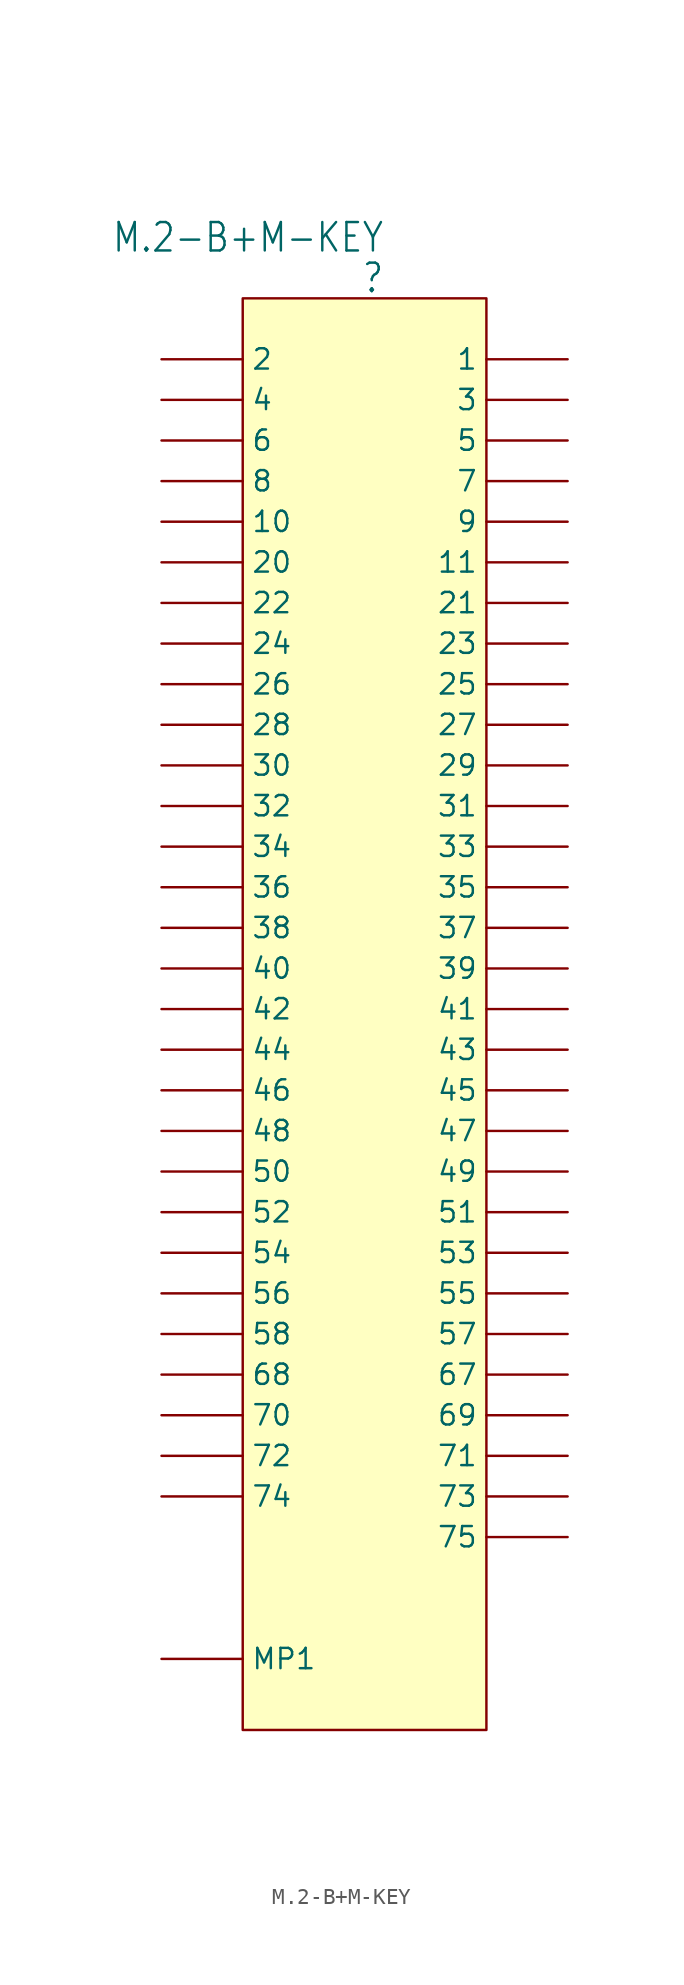
<source format=kicad_sym>
(kicad_symbol_lib
  (version 20220914)
  (generator kicad_symbol_editor)
  (symbol "M.2-B+M-KEY"
    (property "Reference" ""
      (at 8.89 91.44 0)
      (effects (font (size 1.778 1.511)) (justify right)))
    (property "Value" "M.2-B+M-KEY"
      (at 8.89 93.98 0)
      (effects (font (size 1.778 1.511)) (justify right)))
    (property "ki_locked" ""
      (at 0 0 0)
      (effects (font (size 1.27 1.27))))
    (symbol "M.2-B+M-KEY_1_0"
      (rectangle (start 0 90.17) (end 15.24 0.635) (stroke (width 0) (type default)) (fill (type background)))
      (pin bidirectional line (at -5.08 5.08 0) (length 5.08) (name "MP1" (effects (font (size 1.27 1.27)))) (number "MOUNTING-HOLE" (effects (font (size 0 0)))))
      (pin bidirectional line (at 20.32 86.36 180) (length 5.08) (name "1" (effects (font (size 1.27 1.27)))) (number "P$1" (effects (font (size 0 0)))))
      (pin bidirectional line (at -5.08 76.2 0) (length 5.08) (name "10" (effects (font (size 1.27 1.27)))) (number "P$10" (effects (font (size 0 0)))))
      (pin bidirectional line (at 20.32 73.66 180) (length 5.08) (name "11" (effects (font (size 1.27 1.27)))) (number "P$11" (effects (font (size 0 0)))))
      (pin bidirectional line (at -5.08 86.36 0) (length 5.08) (name "2" (effects (font (size 1.27 1.27)))) (number "P$2" (effects (font (size 0 0)))))
      (pin bidirectional line (at -5.08 73.66 0) (length 5.08) (name "20" (effects (font (size 1.27 1.27)))) (number "P$20" (effects (font (size 0 0)))))
      (pin bidirectional line (at 20.32 71.12 180) (length 5.08) (name "21" (effects (font (size 1.27 1.27)))) (number "P$21" (effects (font (size 0 0)))))
      (pin bidirectional line (at -5.08 71.12 0) (length 5.08) (name "22" (effects (font (size 1.27 1.27)))) (number "P$22" (effects (font (size 0 0)))))
      (pin bidirectional line (at 20.32 68.58 180) (length 5.08) (name "23" (effects (font (size 1.27 1.27)))) (number "P$23" (effects (font (size 0 0)))))
      (pin bidirectional line (at -5.08 68.58 0) (length 5.08) (name "24" (effects (font (size 1.27 1.27)))) (number "P$24" (effects (font (size 0 0)))))
      (pin bidirectional line (at 20.32 66.04 180) (length 5.08) (name "25" (effects (font (size 1.27 1.27)))) (number "P$25" (effects (font (size 0 0)))))
      (pin bidirectional line (at -5.08 66.04 0) (length 5.08) (name "26" (effects (font (size 1.27 1.27)))) (number "P$26" (effects (font (size 0 0)))))
      (pin bidirectional line (at 20.32 63.5 180) (length 5.08) (name "27" (effects (font (size 1.27 1.27)))) (number "P$27" (effects (font (size 0 0)))))
      (pin bidirectional line (at -5.08 63.5 0) (length 5.08) (name "28" (effects (font (size 1.27 1.27)))) (number "P$28" (effects (font (size 0 0)))))
      (pin bidirectional line (at 20.32 60.96 180) (length 5.08) (name "29" (effects (font (size 1.27 1.27)))) (number "P$29" (effects (font (size 0 0)))))
      (pin bidirectional line (at 20.32 83.82 180) (length 5.08) (name "3" (effects (font (size 1.27 1.27)))) (number "P$3" (effects (font (size 0 0)))))
      (pin bidirectional line (at -5.08 60.96 0) (length 5.08) (name "30" (effects (font (size 1.27 1.27)))) (number "P$30" (effects (font (size 0 0)))))
      (pin bidirectional line (at 20.32 58.42 180) (length 5.08) (name "31" (effects (font (size 1.27 1.27)))) (number "P$31" (effects (font (size 0 0)))))
      (pin bidirectional line (at -5.08 58.42 0) (length 5.08) (name "32" (effects (font (size 1.27 1.27)))) (number "P$32" (effects (font (size 0 0)))))
      (pin bidirectional line (at 20.32 55.88 180) (length 5.08) (name "33" (effects (font (size 1.27 1.27)))) (number "P$33" (effects (font (size 0 0)))))
      (pin bidirectional line (at -5.08 55.88 0) (length 5.08) (name "34" (effects (font (size 1.27 1.27)))) (number "P$34" (effects (font (size 0 0)))))
      (pin bidirectional line (at 20.32 53.34 180) (length 5.08) (name "35" (effects (font (size 1.27 1.27)))) (number "P$35" (effects (font (size 0 0)))))
      (pin bidirectional line (at -5.08 53.34 0) (length 5.08) (name "36" (effects (font (size 1.27 1.27)))) (number "P$36" (effects (font (size 0 0)))))
      (pin bidirectional line (at 20.32 50.8 180) (length 5.08) (name "37" (effects (font (size 1.27 1.27)))) (number "P$37" (effects (font (size 0 0)))))
      (pin bidirectional line (at -5.08 50.8 0) (length 5.08) (name "38" (effects (font (size 1.27 1.27)))) (number "P$38" (effects (font (size 0 0)))))
      (pin bidirectional line (at 20.32 48.26 180) (length 5.08) (name "39" (effects (font (size 1.27 1.27)))) (number "P$39" (effects (font (size 0 0)))))
      (pin bidirectional line (at -5.08 83.82 0) (length 5.08) (name "4" (effects (font (size 1.27 1.27)))) (number "P$4" (effects (font (size 0 0)))))
      (pin bidirectional line (at -5.08 48.26 0) (length 5.08) (name "40" (effects (font (size 1.27 1.27)))) (number "P$40" (effects (font (size 0 0)))))
      (pin bidirectional line (at 20.32 45.72 180) (length 5.08) (name "41" (effects (font (size 1.27 1.27)))) (number "P$41" (effects (font (size 0 0)))))
      (pin bidirectional line (at -5.08 45.72 0) (length 5.08) (name "42" (effects (font (size 1.27 1.27)))) (number "P$42" (effects (font (size 0 0)))))
      (pin bidirectional line (at 20.32 43.18 180) (length 5.08) (name "43" (effects (font (size 1.27 1.27)))) (number "P$43" (effects (font (size 0 0)))))
      (pin bidirectional line (at -5.08 43.18 0) (length 5.08) (name "44" (effects (font (size 1.27 1.27)))) (number "P$44" (effects (font (size 0 0)))))
      (pin bidirectional line (at 20.32 40.64 180) (length 5.08) (name "45" (effects (font (size 1.27 1.27)))) (number "P$45" (effects (font (size 0 0)))))
      (pin bidirectional line (at -5.08 40.64 0) (length 5.08) (name "46" (effects (font (size 1.27 1.27)))) (number "P$46" (effects (font (size 0 0)))))
      (pin bidirectional line (at 20.32 38.1 180) (length 5.08) (name "47" (effects (font (size 1.27 1.27)))) (number "P$47" (effects (font (size 0 0)))))
      (pin bidirectional line (at -5.08 38.1 0) (length 5.08) (name "48" (effects (font (size 1.27 1.27)))) (number "P$48" (effects (font (size 0 0)))))
      (pin bidirectional line (at 20.32 35.56 180) (length 5.08) (name "49" (effects (font (size 1.27 1.27)))) (number "P$49" (effects (font (size 0 0)))))
      (pin bidirectional line (at 20.32 81.28 180) (length 5.08) (name "5" (effects (font (size 1.27 1.27)))) (number "P$5" (effects (font (size 0 0)))))
      (pin bidirectional line (at -5.08 35.56 0) (length 5.08) (name "50" (effects (font (size 1.27 1.27)))) (number "P$50" (effects (font (size 0 0)))))
      (pin bidirectional line (at 20.32 33.02 180) (length 5.08) (name "51" (effects (font (size 1.27 1.27)))) (number "P$51" (effects (font (size 0 0)))))
      (pin bidirectional line (at -5.08 33.02 0) (length 5.08) (name "52" (effects (font (size 1.27 1.27)))) (number "P$52" (effects (font (size 0 0)))))
      (pin bidirectional line (at 20.32 30.48 180) (length 5.08) (name "53" (effects (font (size 1.27 1.27)))) (number "P$53" (effects (font (size 0 0)))))
      (pin bidirectional line (at -5.08 30.48 0) (length 5.08) (name "54" (effects (font (size 1.27 1.27)))) (number "P$54" (effects (font (size 0 0)))))
      (pin bidirectional line (at 20.32 27.94 180) (length 5.08) (name "55" (effects (font (size 1.27 1.27)))) (number "P$55" (effects (font (size 0 0)))))
      (pin bidirectional line (at -5.08 27.94 0) (length 5.08) (name "56" (effects (font (size 1.27 1.27)))) (number "P$56" (effects (font (size 0 0)))))
      (pin bidirectional line (at 20.32 25.4 180) (length 5.08) (name "57" (effects (font (size 1.27 1.27)))) (number "P$57" (effects (font (size 0 0)))))
      (pin bidirectional line (at -5.08 25.4 0) (length 5.08) (name "58" (effects (font (size 1.27 1.27)))) (number "P$58" (effects (font (size 0 0)))))
      (pin bidirectional line (at -5.08 81.28 0) (length 5.08) (name "6" (effects (font (size 1.27 1.27)))) (number "P$6" (effects (font (size 0 0)))))
      (pin bidirectional line (at 20.32 22.86 180) (length 5.08) (name "67" (effects (font (size 1.27 1.27)))) (number "P$67" (effects (font (size 0 0)))))
      (pin bidirectional line (at -5.08 22.86 0) (length 5.08) (name "68" (effects (font (size 1.27 1.27)))) (number "P$68" (effects (font (size 0 0)))))
      (pin bidirectional line (at 20.32 20.32 180) (length 5.08) (name "69" (effects (font (size 1.27 1.27)))) (number "P$69" (effects (font (size 0 0)))))
      (pin bidirectional line (at 20.32 78.74 180) (length 5.08) (name "7" (effects (font (size 1.27 1.27)))) (number "P$7" (effects (font (size 0 0)))))
      (pin bidirectional line (at -5.08 20.32 0) (length 5.08) (name "70" (effects (font (size 1.27 1.27)))) (number "P$70" (effects (font (size 0 0)))))
      (pin bidirectional line (at 20.32 17.78 180) (length 5.08) (name "71" (effects (font (size 1.27 1.27)))) (number "P$71" (effects (font (size 0 0)))))
      (pin bidirectional line (at -5.08 17.78 0) (length 5.08) (name "72" (effects (font (size 1.27 1.27)))) (number "P$72" (effects (font (size 0 0)))))
      (pin bidirectional line (at 20.32 15.24 180) (length 5.08) (name "73" (effects (font (size 1.27 1.27)))) (number "P$73" (effects (font (size 0 0)))))
      (pin bidirectional line (at -5.08 15.24 0) (length 5.08) (name "74" (effects (font (size 1.27 1.27)))) (number "P$74" (effects (font (size 0 0)))))
      (pin bidirectional line (at 20.32 12.7 180) (length 5.08) (name "75" (effects (font (size 1.27 1.27)))) (number "P$75" (effects (font (size 0 0)))))
      (pin bidirectional line (at -5.08 78.74 0) (length 5.08) (name "8" (effects (font (size 1.27 1.27)))) (number "P$8" (effects (font (size 0 0)))))
      (pin bidirectional line (at 20.32 76.2 180) (length 5.08) (name "9" (effects (font (size 1.27 1.27)))) (number "P$9" (effects (font (size 0 0))))))))
</source>
